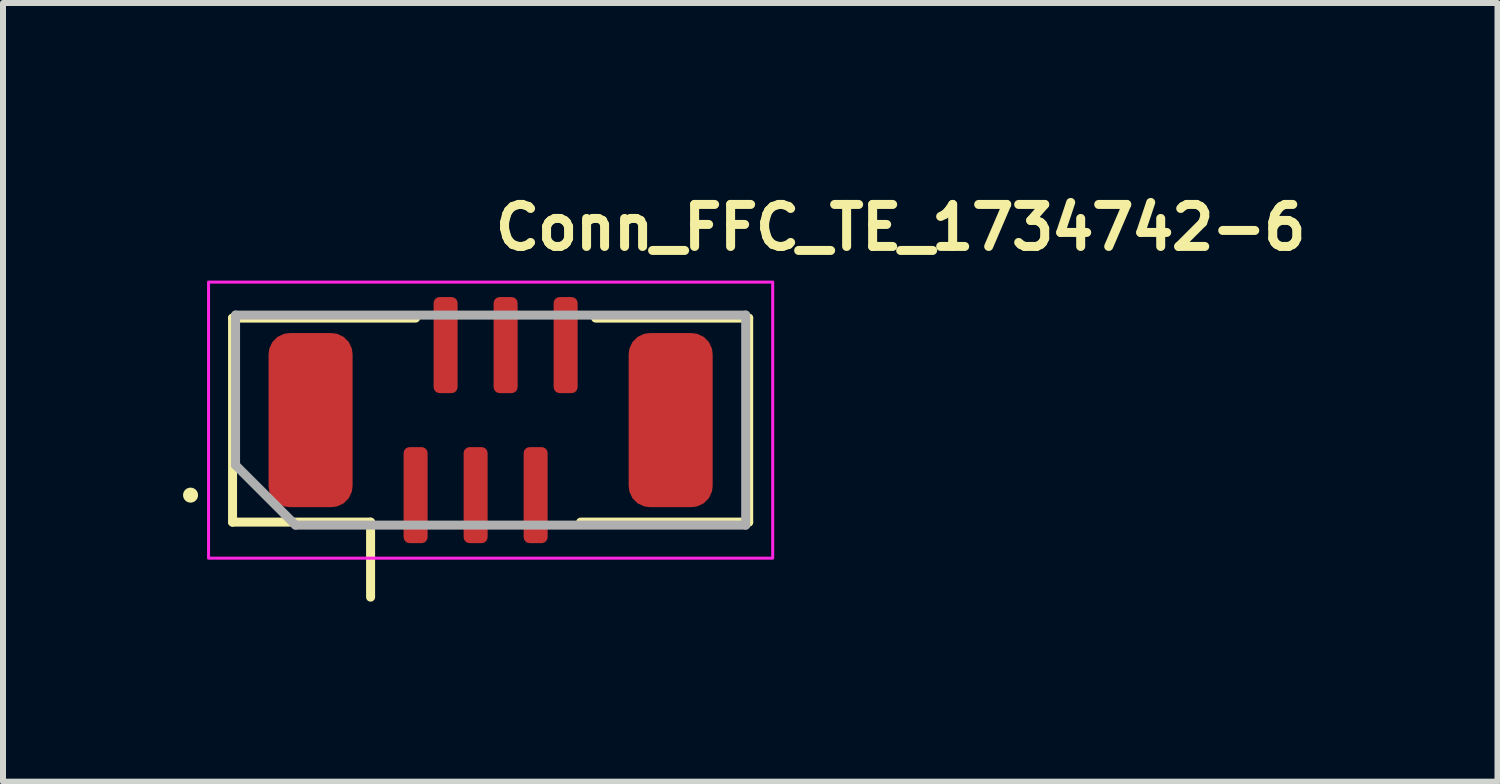
<source format=kicad_pcb>
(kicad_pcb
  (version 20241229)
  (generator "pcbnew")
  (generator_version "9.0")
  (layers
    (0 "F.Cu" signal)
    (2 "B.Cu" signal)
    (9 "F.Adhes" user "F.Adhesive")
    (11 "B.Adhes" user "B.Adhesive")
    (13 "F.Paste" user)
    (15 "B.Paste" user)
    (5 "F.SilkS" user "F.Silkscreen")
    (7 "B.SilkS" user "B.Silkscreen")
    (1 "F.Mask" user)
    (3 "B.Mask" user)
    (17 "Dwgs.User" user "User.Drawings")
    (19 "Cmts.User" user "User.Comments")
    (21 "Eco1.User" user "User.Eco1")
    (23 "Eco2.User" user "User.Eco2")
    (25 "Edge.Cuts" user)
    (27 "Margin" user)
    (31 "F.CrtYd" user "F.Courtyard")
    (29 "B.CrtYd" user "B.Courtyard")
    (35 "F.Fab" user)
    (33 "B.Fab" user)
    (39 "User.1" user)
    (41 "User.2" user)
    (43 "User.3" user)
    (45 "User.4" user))
  (footprint "Conn_FFC_TE_1734742-6"
    (layer "F.Cu")
    (at 5.125 3.95)
    (property "Reference" "Conn_FFC_TE_1734742-6" (at 0 -2.8 0) (unlocked yes) (layer "F.SilkS") (effects (font (size 0.7 0.7) (thickness 0.15)) (justify left bottom)))
    (attr smd)
    (fp_line (start -4.3 -1.7) (end -4.3 1.7) (stroke (width 0.15) (type solid)) (layer "F.SilkS"))
    (fp_line (start -4.3 -1.7) (end -1.25 -1.7) (stroke (width 0.15) (type solid)) (layer "F.SilkS"))
    (fp_line (start -4.3 1.7) (end -2 1.7) (stroke (width 0.15) (type solid)) (layer "F.SilkS"))
    (fp_line (start -2 2.95) (end -2 1.7) (stroke (width 0.15) (type solid)) (layer "F.SilkS"))
    (fp_line (start 1.75 -1.7) (end 4.3 -1.7) (stroke (width 0.15) (type solid)) (layer "F.SilkS"))
    (fp_line (start 4.3 -1.7) (end 4.3 1.7) (stroke (width 0.15) (type solid)) (layer "F.SilkS"))
    (fp_line (start 4.3 1.7) (end 1.5 1.7) (stroke (width 0.15) (type solid)) (layer "F.SilkS"))
    (fp_circle (center -5 1.25) (end -4.95 1.25) (stroke (width 0.15) (type solid)) (fill yes) (layer "F.SilkS"))
    (fp_rect (start -4.7 -2.3) (end 4.7 2.3) (stroke (width 0.05) (type solid)) (fill no) (layer "F.CrtYd"))
    (fp_line (start -4.25 -1.75) (end -4.25 0.75) (stroke (width 0.15) (type solid)) (layer "F.Fab"))
    (fp_line (start -4.25 0.75) (end -3.25 1.75) (stroke (width 0.15) (type solid)) (layer "F.Fab"))
    (fp_line (start -3.25 1.75) (end 4.25 1.75) (stroke (width 0.15) (type solid)) (layer "F.Fab"))
    (fp_line (start 4.25 -1.75) (end -4.25 -1.75) (stroke (width 0.15) (type solid)) (layer "F.Fab"))
    (fp_line (start 4.25 1.75) (end 4.25 -1.75) (stroke (width 0.15) (type solid)) (layer "F.Fab"))
    (fp_rect (start -4.35 -1.9) (end 4.35 1.9) (stroke (width 0.1) (type solid)) (fill no) (layer "User.5"))
    (fp_line (start -4.35 -1.65) (end -4.35 1.45) (stroke (width 0.02) (type solid)) (layer "User.9"))
    (fp_line (start -4.35 -1.65) (end -4.3 -1.7) (stroke (width 0.02) (type solid)) (layer "User.9"))
    (fp_line (start -4.3 -1.7) (end -4.25 -1.65) (stroke (width 0.02) (type solid)) (layer "User.9"))
    (fp_line (start -4.3 1.5) (end -4.35 1.45) (stroke (width 0.02) (type solid)) (layer "User.9"))
    (fp_line (start -4.25 -1.75) (end -4.3 -1.7) (stroke (width 0.02) (type solid)) (layer "User.9"))
    (fp_line (start -4.25 -1.65) (end -4.25 1.45) (stroke (width 0.02) (type solid)) (layer "User.9"))
    (fp_line (start -4.25 1.45) (end -4.3 1.5) (stroke (width 0.02) (type solid)) (layer "User.9"))
    (fp_line (start -4.25 1.45) (end -2.47 1.45) (stroke (width 0.02) (type solid)) (layer "User.9"))
    (fp_line (start -4.25 1.55) (end -4.3 1.5) (stroke (width 0.02) (type solid)) (layer "User.9"))
    (fp_line (start -4.25 1.55) (end -2.37 1.55) (stroke (width 0.02) (type solid)) (layer "User.9"))
    (fp_line (start -3.359 -1.75) (end -4.25 -1.75) (stroke (width 0.02) (type solid)) (layer "User.9"))
    (fp_line (start -3.359 -1.75) (end -3.309 -1.65) (stroke (width 0.02) (type solid)) (layer "User.9"))
    (fp_line (start -3.309 -1.65) (end -4.25 -1.65) (stroke (width 0.02) (type solid)) (layer "User.9"))
    (fp_line (start -3.122 -1.277) (end -3.309 -1.65) (stroke (width 0.02) (type solid)) (layer "User.9"))
    (fp_line (start -2.979 -1.277) (end -3.122 -1.277) (stroke (width 0.02) (type solid)) (layer "User.9"))
    (fp_line (start -2.792 -1.65) (end -2.979 -1.277) (stroke (width 0.02) (type solid)) (layer "User.9"))
    (fp_line (start -2.792 -1.65) (end -2.742 -1.75) (stroke (width 0.02) (type solid)) (layer "User.9"))
    (fp_line (start -2.47 0.3) (end -2.075 0.3) (stroke (width 0.02) (type solid)) (layer "User.9"))
    (fp_line (start -2.47 1.45) (end -2.47 0.3) (stroke (width 0.02) (type solid)) (layer "User.9"))
    (fp_line (start -2.37 1.55) (end -2.47 1.45) (stroke (width 0.02) (type solid)) (layer "User.9"))
    (fp_line (start -2.22 1.25) (end -1.75 1.25) (stroke (width 0.02) (type solid)) (layer "User.9"))
    (fp_line (start -2.22 1.55) (end -2.37 1.55) (stroke (width 0.02) (type solid)) (layer "User.9"))
    (fp_line (start -2.22 1.55) (end -2.22 0.3) (stroke (width 0.02) (type solid)) (layer "User.9"))
    (fp_line (start -2.075 -0.22) (end 2.075 -0.22) (stroke (width 0.02) (type solid)) (layer "User.9"))
    (fp_line (start -2.075 0.3) (end -2.075 -0.22) (stroke (width 0.02) (type solid)) (layer "User.9"))
    (fp_line (start -1.825 0.03) (end -2.075 -0.22) (stroke (width 0.02) (type solid)) (layer "User.9"))
    (fp_line (start -1.825 0.03) (end 1.825 0.03) (stroke (width 0.02) (type solid)) (layer "User.9"))
    (fp_line (start -1.825 0.3) (end -2.075 0.3) (stroke (width 0.02) (type solid)) (layer "User.9"))
    (fp_line (start -1.825 0.3) (end -1.825 0.03) (stroke (width 0.02) (type solid)) (layer "User.9"))
    (fp_line (start -1.75 0.3) (end -1.825 0.3) (stroke (width 0.02) (type solid)) (layer "User.9"))
    (fp_line (start -1.75 0.3) (end -1.75 0.03) (stroke (width 0.02) (type solid)) (layer "User.9"))
    (fp_line (start -1.75 0.3) (end -1.75 0.45) (stroke (width 0.02) (type solid)) (layer "User.9"))
    (fp_line (start -1.75 0.45) (end -2.22 0.45) (stroke (width 0.02) (type solid)) (layer "User.9"))
    (fp_line (start -1.75 0.45) (end -1.41 0.45) (stroke (width 0.02) (type solid)) (layer "User.9"))
    (fp_line (start -1.75 0.75) (end -1.75 0.45) (stroke (width 0.02) (type solid)) (layer "User.9"))
    (fp_line (start -1.75 1.25) (end -1.75 0.75) (stroke (width 0.02) (type solid)) (layer "User.9"))
    (fp_line (start -1.41 0.75) (end -1.75 0.75) (stroke (width 0.02) (type solid)) (layer "User.9"))
    (fp_line (start -1.41 0.75) (end -1.41 0.45) (stroke (width 0.02) (type solid)) (layer "User.9"))
    (fp_line (start -1.41 0.75) (end -1.41 0.85) (stroke (width 0.02) (type solid)) (layer "User.9"))
    (fp_line (start -1.41 0.85) (end -1.09 0.85) (stroke (width 0.02) (type solid)) (layer "User.9"))
    (fp_line (start -1.35 0.25) (end -1.35 0.417) (stroke (width 0.02) (type solid)) (layer "User.9"))
    (fp_line (start -1.35 0.25) (end -1.15 0.25) (stroke (width 0.02) (type solid)) (layer "User.9"))
    (fp_line (start -1.35 0.524) (end -1.35 0.417) (stroke (width 0.02) (type solid)) (layer "User.9"))
    (fp_line (start -1.35 0.644) (end -1.35 0.524) (stroke (width 0.02) (type solid)) (layer "User.9"))
    (fp_line (start -1.35 0.644) (end -1.35 0.753) (stroke (width 0.02) (type solid)) (layer "User.9"))
    (fp_line (start -1.35 0.753) (end -1.15 0.753) (stroke (width 0.02) (type solid)) (layer "User.9"))
    (fp_line (start -1.35 1.25) (end -1.35 1.9) (stroke (width 0.02) (type solid)) (layer "User.9"))
    (fp_line (start -1.35 1.9) (end -1.15 1.9) (stroke (width 0.02) (type solid)) (layer "User.9"))
    (fp_line (start -1.15 0.25) (end -1.15 0.417) (stroke (width 0.02) (type solid)) (layer "User.9"))
    (fp_line (start -1.15 0.417) (end -1.15 0.524) (stroke (width 0.02) (type solid)) (layer "User.9"))
    (fp_line (start -1.15 0.524) (end -1.15 0.644) (stroke (width 0.02) (type solid)) (layer "User.9"))
    (fp_line (start -1.15 0.644) (end -1.15 0.753) (stroke (width 0.02) (type solid)) (layer "User.9"))
    (fp_line (start -1.15 1.25) (end -1.15 1.9) (stroke (width 0.02) (type solid)) (layer "User.9"))
    (fp_line (start -1.09 0.45) (end -0.91 0.45) (stroke (width 0.02) (type solid)) (layer "User.9"))
    (fp_line (start -1.09 0.75) (end -1.09 0.45) (stroke (width 0.02) (type solid)) (layer "User.9"))
    (fp_line (start -1.09 0.75) (end -1.09 0.85) (stroke (width 0.02) (type solid)) (layer "User.9"))
    (fp_line (start -0.91 0.75) (end -1.09 0.75) (stroke (width 0.02) (type solid)) (layer "User.9"))
    (fp_line (start -0.91 0.75) (end -0.91 0.45) (stroke (width 0.02) (type solid)) (layer "User.9"))
    (fp_line (start -0.91 0.75) (end -0.91 0.85) (stroke (width 0.02) (type solid)) (layer "User.9"))
    (fp_line (start -0.91 0.85) (end -0.59 0.85) (stroke (width 0.02) (type solid)) (layer "User.9"))
    (fp_line (start -0.85 -1.75) (end -0.85 -1.9) (stroke (width 0.02) (type solid)) (layer "User.9"))
    (fp_line (start -0.85 0.25) (end -0.85 0.417) (stroke (width 0.02) (type solid)) (layer "User.9"))
    (fp_line (start -0.85 0.25) (end -0.65 0.25) (stroke (width 0.02) (type solid)) (layer "User.9"))
    (fp_line (start -0.85 0.524) (end -0.85 0.417) (stroke (width 0.02) (type solid)) (layer "User.9"))
    (fp_line (start -0.85 0.644) (end -0.85 0.524) (stroke (width 0.02) (type solid)) (layer "User.9"))
    (fp_line (start -0.85 0.644) (end -0.85 0.753) (stroke (width 0.02) (type solid)) (layer "User.9"))
    (fp_line (start -0.85 0.753) (end -0.65 0.753) (stroke (width 0.02) (type solid)) (layer "User.9"))
    (fp_line (start -0.65 -1.9) (end -0.85 -1.9) (stroke (width 0.02) (type solid)) (layer "User.9"))
    (fp_line (start -0.65 -1.75) (end -0.65 -1.9) (stroke (width 0.02) (type solid)) (layer "User.9"))
    (fp_line (start -0.65 0.25) (end -0.65 0.417) (stroke (width 0.02) (type solid)) (layer "User.9"))
    (fp_line (start -0.65 0.417) (end -0.65 0.524) (stroke (width 0.02) (type solid)) (layer "User.9"))
    (fp_line (start -0.65 0.524) (end -0.65 0.644) (stroke (width 0.02) (type solid)) (layer "User.9"))
    (fp_line (start -0.65 0.644) (end -0.65 0.753) (stroke (width 0.02) (type solid)) (layer "User.9"))
    (fp_line (start -0.59 0.45) (end -0.41 0.45) (stroke (width 0.02) (type solid)) (layer "User.9"))
    (fp_line (start -0.59 0.75) (end -0.59 0.45) (stroke (width 0.02) (type solid)) (layer "User.9"))
    (fp_line (start -0.59 0.75) (end -0.59 0.85) (stroke (width 0.02) (type solid)) (layer "User.9"))
    (fp_line (start -0.41 0.75) (end -0.59 0.75) (stroke (width 0.02) (type solid)) (layer "User.9"))
    (fp_line (start -0.41 0.75) (end -0.41 0.45) (stroke (width 0.02) (type solid)) (layer "User.9"))
    (fp_line (start -0.41 0.75) (end -0.41 0.85) (stroke (width 0.02) (type solid)) (layer "User.9"))
    (fp_line (start -0.41 0.85) (end -0.09 0.85) (stroke (width 0.02) (type solid)) (layer "User.9"))
    (fp_line (start -0.35 0.25) (end -0.35 0.417) (stroke (width 0.02) (type solid)) (layer "User.9"))
    (fp_line (start -0.35 0.25) (end -0.15 0.25) (stroke (width 0.02) (type solid)) (layer "User.9"))
    (fp_line (start -0.35 0.524) (end -0.35 0.417) (stroke (width 0.02) (type solid)) (layer "User.9"))
    (fp_line (start -0.35 0.644) (end -0.35 0.524) (stroke (width 0.02) (type solid)) (layer "User.9"))
    (fp_line (start -0.35 0.644) (end -0.35 0.753) (stroke (width 0.02) (type solid)) (layer "User.9"))
    (fp_line (start -0.35 0.753) (end -0.15 0.753) (stroke (width 0.02) (type solid)) (layer "User.9"))
    (fp_line (start -0.35 1.25) (end -0.35 1.9) (stroke (width 0.02) (type solid)) (layer "User.9"))
    (fp_line (start -0.35 1.9) (end -0.15 1.9) (stroke (width 0.02) (type solid)) (layer "User.9"))
    (fp_line (start -0.15 0.25) (end -0.15 0.417) (stroke (width 0.02) (type solid)) (layer "User.9"))
    (fp_line (start -0.15 0.417) (end -0.15 0.524) (stroke (width 0.02) (type solid)) (layer "User.9"))
    (fp_line (start -0.15 0.524) (end -0.15 0.644) (stroke (width 0.02) (type solid)) (layer "User.9"))
    (fp_line (start -0.15 0.644) (end -0.15 0.753) (stroke (width 0.02) (type solid)) (layer "User.9"))
    (fp_line (start -0.15 1.25) (end -0.15 1.9) (stroke (width 0.02) (type solid)) (layer "User.9"))
    (fp_line (start -0.09 0.45) (end 0.09 0.45) (stroke (width 0.02) (type solid)) (layer "User.9"))
    (fp_line (start -0.09 0.75) (end -0.09 0.45) (stroke (width 0.02) (type solid)) (layer "User.9"))
    (fp_line (start -0.09 0.75) (end -0.09 0.85) (stroke (width 0.02) (type solid)) (layer "User.9"))
    (fp_line (start 0.09 0.75) (end -0.09 0.75) (stroke (width 0.02) (type solid)) (layer "User.9"))
    (fp_line (start 0.09 0.75) (end 0.09 0.45) (stroke (width 0.02) (type solid)) (layer "User.9"))
    (fp_line (start 0.09 0.75) (end 0.09 0.85) (stroke (width 0.02) (type solid)) (layer "User.9"))
    (fp_line (start 0.09 0.85) (end 0.41 0.85) (stroke (width 0.02) (type solid)) (layer "User.9"))
    (fp_line (start 0.15 -1.75) (end 0.15 -1.9) (stroke (width 0.02) (type solid)) (layer "User.9"))
    (fp_line (start 0.15 0.25) (end 0.15 0.417) (stroke (width 0.02) (type solid)) (layer "User.9"))
    (fp_line (start 0.15 0.25) (end 0.35 0.25) (stroke (width 0.02) (type solid)) (layer "User.9"))
    (fp_line (start 0.15 0.524) (end 0.15 0.417) (stroke (width 0.02) (type solid)) (layer "User.9"))
    (fp_line (start 0.15 0.644) (end 0.15 0.524) (stroke (width 0.02) (type solid)) (layer "User.9"))
    (fp_line (start 0.15 0.644) (end 0.15 0.753) (stroke (width 0.02) (type solid)) (layer "User.9"))
    (fp_line (start 0.15 0.753) (end 0.35 0.753) (stroke (width 0.02) (type solid)) (layer "User.9"))
    (fp_line (start 0.35 -1.9) (end 0.15 -1.9) (stroke (width 0.02) (type solid)) (layer "User.9"))
    (fp_line (start 0.35 -1.75) (end 0.35 -1.9) (stroke (width 0.02) (type solid)) (layer "User.9"))
    (fp_line (start 0.35 0.25) (end 0.35 0.417) (stroke (width 0.02) (type solid)) (layer "User.9"))
    (fp_line (start 0.35 0.417) (end 0.35 0.524) (stroke (width 0.02) (type solid)) (layer "User.9"))
    (fp_line (start 0.35 0.524) (end 0.35 0.644) (stroke (width 0.02) (type solid)) (layer "User.9"))
    (fp_line (start 0.35 0.644) (end 0.35 0.753) (stroke (width 0.02) (type solid)) (layer "User.9"))
    (fp_line (start 0.41 0.45) (end 0.59 0.45) (stroke (width 0.02) (type solid)) (layer "User.9"))
    (fp_line (start 0.41 0.75) (end 0.41 0.45) (stroke (width 0.02) (type solid)) (layer "User.9"))
    (fp_line (start 0.41 0.75) (end 0.41 0.85) (stroke (width 0.02) (type solid)) (layer "User.9"))
    (fp_line (start 0.59 0.75) (end 0.41 0.75) (stroke (width 0.02) (type solid)) (layer "User.9"))
    (fp_line (start 0.59 0.75) (end 0.59 0.45) (stroke (width 0.02) (type solid)) (layer "User.9"))
    (fp_line (start 0.59 0.75) (end 0.59 0.85) (stroke (width 0.02) (type solid)) (layer "User.9"))
    (fp_line (start 0.59 0.85) (end 0.91 0.85) (stroke (width 0.02) (type solid)) (layer "User.9"))
    (fp_line (start 0.65 0.25) (end 0.65 0.417) (stroke (width 0.02) (type solid)) (layer "User.9"))
    (fp_line (start 0.65 0.25) (end 0.85 0.25) (stroke (width 0.02) (type solid)) (layer "User.9"))
    (fp_line (start 0.65 0.524) (end 0.65 0.417) (stroke (width 0.02) (type solid)) (layer "User.9"))
    (fp_line (start 0.65 0.644) (end 0.65 0.524) (stroke (width 0.02) (type solid)) (layer "User.9"))
    (fp_line (start 0.65 0.644) (end 0.65 0.753) (stroke (width 0.02) (type solid)) (layer "User.9"))
    (fp_line (start 0.65 0.753) (end 0.85 0.753) (stroke (width 0.02) (type solid)) (layer "User.9"))
    (fp_line (start 0.65 1.25) (end 0.65 1.9) (stroke (width 0.02) (type solid)) (layer "User.9"))
    (fp_line (start 0.65 1.9) (end 0.85 1.9) (stroke (width 0.02) (type solid)) (layer "User.9"))
    (fp_line (start 0.85 0.25) (end 0.85 0.417) (stroke (width 0.02) (type solid)) (layer "User.9"))
    (fp_line (start 0.85 0.417) (end 0.85 0.524) (stroke (width 0.02) (type solid)) (layer "User.9"))
    (fp_line (start 0.85 0.524) (end 0.85 0.644) (stroke (width 0.02) (type solid)) (layer "User.9"))
    (fp_line (start 0.85 0.644) (end 0.85 0.753) (stroke (width 0.02) (type solid)) (layer "User.9"))
    (fp_line (start 0.85 1.25) (end 0.85 1.9) (stroke (width 0.02) (type solid)) (layer "User.9"))
    (fp_line (start 0.91 0.45) (end 1.09 0.45) (stroke (width 0.02) (type solid)) (layer "User.9"))
    (fp_line (start 0.91 0.75) (end 0.91 0.45) (stroke (width 0.02) (type solid)) (layer "User.9"))
    (fp_line (start 0.91 0.75) (end 0.91 0.85) (stroke (width 0.02) (type solid)) (layer "User.9"))
    (fp_line (start 1.09 0.75) (end 0.91 0.75) (stroke (width 0.02) (type solid)) (layer "User.9"))
    (fp_line (start 1.09 0.75) (end 1.09 0.45) (stroke (width 0.02) (type solid)) (layer "User.9"))
    (fp_line (start 1.09 0.75) (end 1.09 0.85) (stroke (width 0.02) (type solid)) (layer "User.9"))
    (fp_line (start 1.09 0.85) (end 1.41 0.85) (stroke (width 0.02) (type solid)) (layer "User.9"))
    (fp_line (start 1.15 -1.75) (end 1.15 -1.9) (stroke (width 0.02) (type solid)) (layer "User.9"))
    (fp_line (start 1.15 0.25) (end 1.15 0.417) (stroke (width 0.02) (type solid)) (layer "User.9"))
    (fp_line (start 1.15 0.25) (end 1.35 0.25) (stroke (width 0.02) (type solid)) (layer "User.9"))
    (fp_line (start 1.15 0.524) (end 1.15 0.417) (stroke (width 0.02) (type solid)) (layer "User.9"))
    (fp_line (start 1.15 0.644) (end 1.15 0.524) (stroke (width 0.02) (type solid)) (layer "User.9"))
    (fp_line (start 1.15 0.644) (end 1.15 0.753) (stroke (width 0.02) (type solid)) (layer "User.9"))
    (fp_line (start 1.15 0.753) (end 1.35 0.753) (stroke (width 0.02) (type solid)) (layer "User.9"))
    (fp_line (start 1.35 -1.9) (end 1.15 -1.9) (stroke (width 0.02) (type solid)) (layer "User.9"))
    (fp_line (start 1.35 -1.75) (end 1.35 -1.9) (stroke (width 0.02) (type solid)) (layer "User.9"))
    (fp_line (start 1.35 0.25) (end 1.35 0.417) (stroke (width 0.02) (type solid)) (layer "User.9"))
    (fp_line (start 1.35 0.417) (end 1.35 0.524) (stroke (width 0.02) (type solid)) (layer "User.9"))
    (fp_line (start 1.35 0.524) (end 1.35 0.644) (stroke (width 0.02) (type solid)) (layer "User.9"))
    (fp_line (start 1.35 0.644) (end 1.35 0.753) (stroke (width 0.02) (type solid)) (layer "User.9"))
    (fp_line (start 1.41 0.45) (end 1.75 0.45) (stroke (width 0.02) (type solid)) (layer "User.9"))
    (fp_line (start 1.41 0.75) (end 1.41 0.45) (stroke (width 0.02) (type solid)) (layer "User.9"))
    (fp_line (start 1.41 0.75) (end 1.41 0.85) (stroke (width 0.02) (type solid)) (layer "User.9"))
    (fp_line (start 1.75 0.03) (end 1.75 0.3) (stroke (width 0.02) (type solid)) (layer "User.9"))
    (fp_line (start 1.75 0.45) (end 1.75 0.3) (stroke (width 0.02) (type solid)) (layer "User.9"))
    (fp_line (start 1.75 0.75) (end 1.41 0.75) (stroke (width 0.02) (type solid)) (layer "User.9"))
    (fp_line (start 1.75 0.75) (end 1.75 0.45) (stroke (width 0.02) (type solid)) (layer "User.9"))
    (fp_line (start 1.75 1.25) (end -1.75 1.25) (stroke (width 0.02) (type solid)) (layer "User.9"))
    (fp_line (start 1.75 1.25) (end 1.75 0.75) (stroke (width 0.02) (type solid)) (layer "User.9"))
    (fp_line (start 1.75 1.25) (end 2.22 1.25) (stroke (width 0.02) (type solid)) (layer "User.9"))
    (fp_line (start 1.825 0.03) (end 1.825 0.3) (stroke (width 0.02) (type solid)) (layer "User.9"))
    (fp_line (start 1.825 0.03) (end 2.075 -0.22) (stroke (width 0.02) (type solid)) (layer "User.9"))
    (fp_line (start 1.825 0.3) (end 1.75 0.3) (stroke (width 0.02) (type solid)) (layer "User.9"))
    (fp_line (start 2.075 -0.22) (end 2.075 0.3) (stroke (width 0.02) (type solid)) (layer "User.9"))
    (fp_line (start 2.075 0.3) (end 1.825 0.3) (stroke (width 0.02) (type solid)) (layer "User.9"))
    (fp_line (start 2.075 0.3) (end 2.47 0.3) (stroke (width 0.02) (type solid)) (layer "User.9"))
    (fp_line (start 2.22 0.3) (end 2.22 1.45) (stroke (width 0.02) (type solid)) (layer "User.9"))
    (fp_line (start 2.22 0.45) (end 1.75 0.45) (stroke (width 0.02) (type solid)) (layer "User.9"))
    (fp_line (start 2.32 1.55) (end 2.22 1.45) (stroke (width 0.02) (type solid)) (layer "User.9"))
    (fp_line (start 2.32 1.55) (end 4.25 1.55) (stroke (width 0.02) (type solid)) (layer "User.9"))
    (fp_line (start 2.47 0.3) (end 2.47 1.45) (stroke (width 0.02) (type solid)) (layer "User.9"))
    (fp_line (start 2.47 1.45) (end 2.22 1.45) (stroke (width 0.02) (type solid)) (layer "User.9"))
    (fp_line (start 2.47 1.45) (end 2.32 1.55) (stroke (width 0.02) (type solid)) (layer "User.9"))
    (fp_line (start 2.47 1.45) (end 4.25 1.45) (stroke (width 0.02) (type solid)) (layer "User.9"))
    (fp_line (start 4.25 -1.75) (end -2.742 -1.75) (stroke (width 0.02) (type solid)) (layer "User.9"))
    (fp_line (start 4.25 -1.75) (end 4.3 -1.7) (stroke (width 0.02) (type solid)) (layer "User.9"))
    (fp_line (start 4.25 -1.65) (end -2.792 -1.65) (stroke (width 0.02) (type solid)) (layer "User.9"))
    (fp_line (start 4.25 -1.65) (end 4.3 -1.7) (stroke (width 0.02) (type solid)) (layer "User.9"))
    (fp_line (start 4.25 1.45) (end 4.25 -1.65) (stroke (width 0.02) (type solid)) (layer "User.9"))
    (fp_line (start 4.3 -1.7) (end 4.35 -1.65) (stroke (width 0.02) (type solid)) (layer "User.9"))
    (fp_line (start 4.3 1.5) (end 4.25 1.45) (stroke (width 0.02) (type solid)) (layer "User.9"))
    (fp_line (start 4.3 1.5) (end 4.25 1.55) (stroke (width 0.02) (type solid)) (layer "User.9"))
    (fp_line (start 4.35 1.45) (end 4.3 1.5) (stroke (width 0.02) (type solid)) (layer "User.9"))
    (fp_line (start 4.35 1.45) (end 4.35 -1.65) (stroke (width 0.02) (type solid)) (layer "User.9"))
    (pad "1" smd roundrect (at -1.25 1.25) (size 0.4 1.6) (layers "F.Cu" "F.Mask" "F.Paste") (roundrect_rratio 0.25))
    (pad "2" smd roundrect (at -0.75 -1.25) (size 0.4 1.6) (layers "F.Cu" "F.Mask" "F.Paste") (roundrect_rratio 0.25))
    (pad "3" smd roundrect (at -0.25 1.25) (size 0.4 1.6) (layers "F.Cu" "F.Mask" "F.Paste") (roundrect_rratio 0.25))
    (pad "4" smd roundrect (at 0.25 -1.25) (size 0.4 1.6) (layers "F.Cu" "F.Mask" "F.Paste") (roundrect_rratio 0.25))
    (pad "5" smd roundrect (at 0.75 1.25) (size 0.4 1.6) (layers "F.Cu" "F.Mask" "F.Paste") (roundrect_rratio 0.25))
    (pad "6" smd roundrect (at 1.25 -1.25) (size 0.4 1.6) (layers "F.Cu" "F.Mask" "F.Paste") (roundrect_rratio 0.25))
    (pad "MP" smd roundrect (at -3 0 90) (size 2.9 1.4) (layers "F.Cu" "F.Mask" "F.Paste") (roundrect_rratio 0.25))
    (pad "MP" smd roundrect (at 3 0 90) (size 2.9 1.4) (layers "F.Cu" "F.Mask" "F.Paste") (roundrect_rratio 0.25)))
  (gr_rect
    (start -3 -3)
    (end 21.902 9.975)
    (stroke (width 0.1) (type default))
    (fill no)
    (layer "Edge.Cuts")))
</source>
